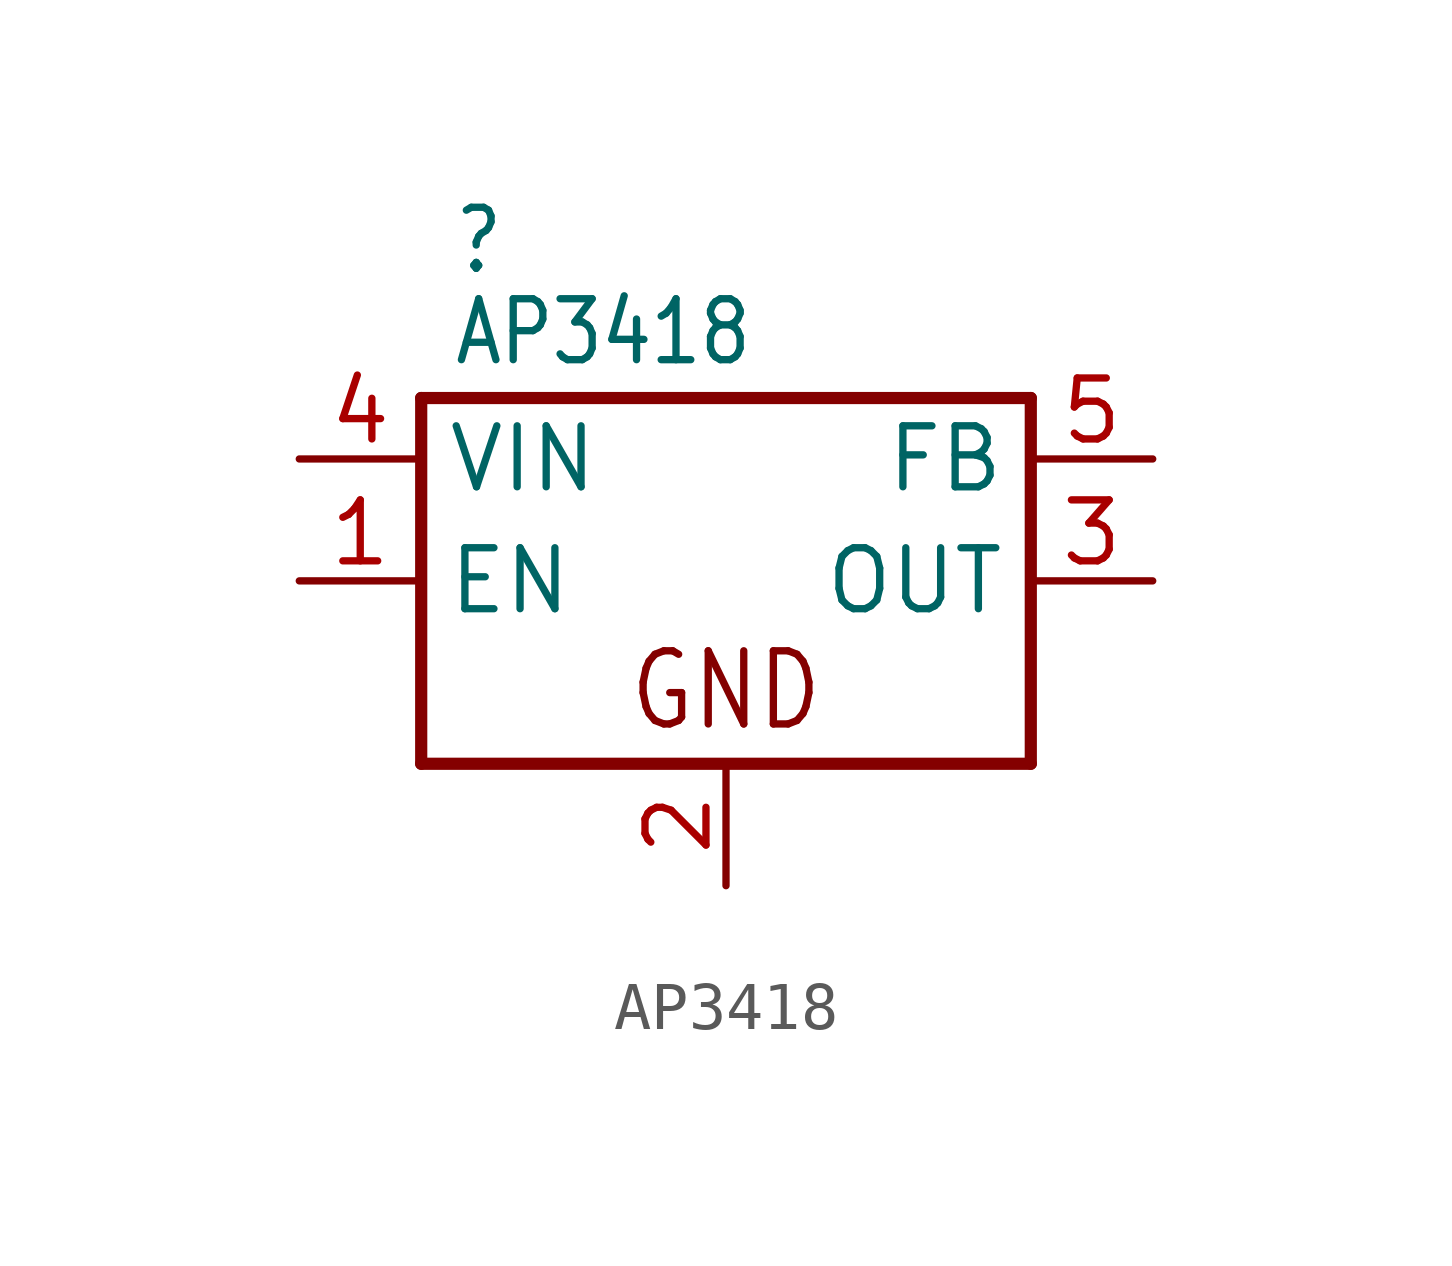
<source format=kicad_sym>
(kicad_symbol_lib
  (version 20211014)
  (generator kicad_symbol_editor)
  (symbol "AP3418"
    (property "Reference" ""
      (at -5.715 6.35 0)
      (effects (font (size 1.27 1.079)) (justify left bottom)))
    (property "Value" "AP3418"
      (at -5.715 4.445 0)
      (effects (font (size 1.27 1.079)) (justify left bottom)))
    (property "ki_locked" ""
      (at 0 0 0)
      (effects (font (size 1.27 1.27))))
    (symbol "AP3418_1_0"
      (polyline (pts (xy -6.35 -3.81) (xy -6.35 3.81)) (stroke (width 0.254) (type default) (color 0 0 0 0)) (fill (type none)))
      (polyline (pts (xy -6.35 3.81) (xy 6.35 3.81)) (stroke (width 0.254) (type default) (color 0 0 0 0)) (fill (type none)))
      (polyline (pts (xy 6.35 -3.81) (xy -6.35 -3.81)) (stroke (width 0.254) (type default) (color 0 0 0 0)) (fill (type none)))
      (polyline (pts (xy 6.35 3.81) (xy 6.35 -3.81)) (stroke (width 0.254) (type default) (color 0 0 0 0)) (fill (type none)))
      (text "GND" (at 0 -3.175 0) (effects (font (size 1.524 1.295)) (justify bottom)))
      (pin bidirectional line (at -8.89 0 0) (length 2.54) (name "EN" (effects (font (size 1.27 1.27)))) (number "1" (effects (font (size 1.27 1.27)))))
      (pin bidirectional line (at 0 -6.35 90) (length 2.54) (name "GND" (effects (font (size 0 0)))) (number "2" (effects (font (size 1.27 1.27)))))
      (pin bidirectional line (at 8.89 0 180) (length 2.54) (name "OUT" (effects (font (size 1.27 1.27)))) (number "3" (effects (font (size 1.27 1.27)))))
      (pin bidirectional line (at -8.89 2.54 0) (length 2.54) (name "VIN" (effects (font (size 1.27 1.27)))) (number "4" (effects (font (size 1.27 1.27)))))
      (pin bidirectional line (at 8.89 2.54 180) (length 2.54) (name "FB" (effects (font (size 1.27 1.27)))) (number "5" (effects (font (size 1.27 1.27))))))))
</source>
